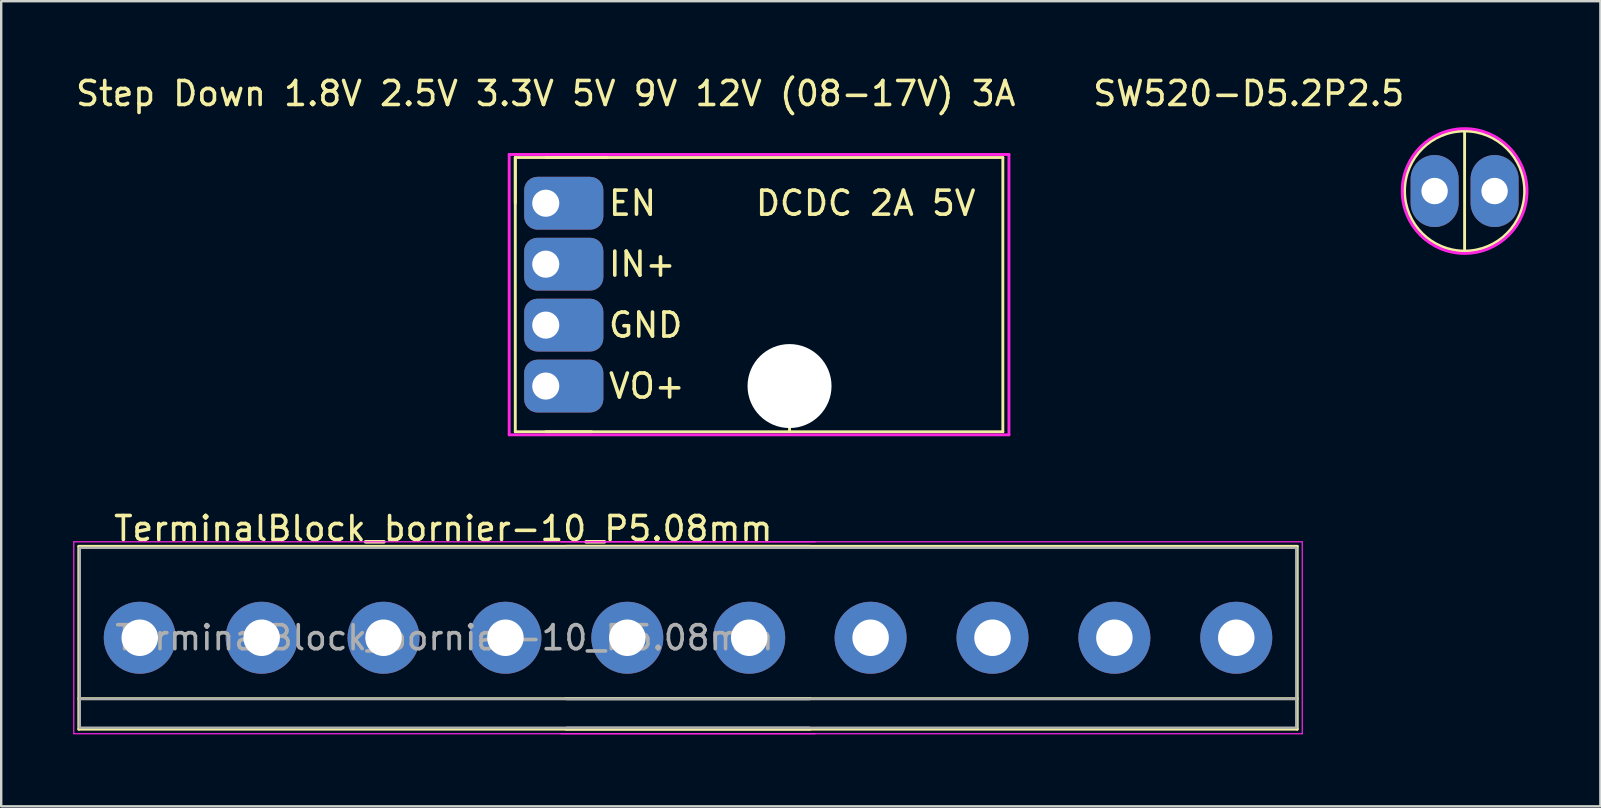
<source format=kicad_pcb>
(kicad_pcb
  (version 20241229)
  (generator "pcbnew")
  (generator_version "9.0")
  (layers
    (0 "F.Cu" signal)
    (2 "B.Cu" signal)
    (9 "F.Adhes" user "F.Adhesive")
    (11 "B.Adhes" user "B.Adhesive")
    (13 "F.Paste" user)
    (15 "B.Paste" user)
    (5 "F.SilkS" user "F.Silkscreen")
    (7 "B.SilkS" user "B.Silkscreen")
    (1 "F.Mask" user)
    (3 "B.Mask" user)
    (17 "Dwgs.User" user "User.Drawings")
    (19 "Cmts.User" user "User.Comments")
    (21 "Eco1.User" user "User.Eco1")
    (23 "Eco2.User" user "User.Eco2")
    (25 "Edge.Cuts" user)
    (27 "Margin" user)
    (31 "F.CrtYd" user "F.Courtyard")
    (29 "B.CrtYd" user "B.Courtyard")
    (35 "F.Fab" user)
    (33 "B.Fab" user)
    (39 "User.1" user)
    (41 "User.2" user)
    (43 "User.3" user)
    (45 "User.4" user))
  (footprint "TerminalBlock_bornier-10_P5.08mm"
    (layer "F.Cu")
    (at 2.775 23.53)
    (property "Reference" "TerminalBlock_bornier-10_P5.08mm" (at 12.65 -4.55 0) (layer "F.SilkS") (effects (font (size 1 1) (thickness 0.15))))
    (attr through_hole)
    (fp_line (start -2.54 -3.81) (end -2.54 3.81) (stroke (width 0.12) (type solid)) (layer "F.SilkS"))
    (fp_line (start -2.54 -3.81) (end 27.94 -3.81) (stroke (width 0.12) (type solid)) (layer "F.SilkS"))
    (fp_line (start -2.54 2.54) (end 27.94 2.54) (stroke (width 0.12) (type solid)) (layer "F.SilkS"))
    (fp_line (start -2.54 3.81) (end 27.94 3.81) (stroke (width 0.12) (type solid)) (layer "F.SilkS"))
    (fp_line (start 17.76 -3.81) (end 48.24 -3.81) (stroke (width 0.12) (type solid)) (layer "F.SilkS"))
    (fp_line (start 17.76 2.54) (end 48.24 2.54) (stroke (width 0.12) (type solid)) (layer "F.SilkS"))
    (fp_line (start 17.76 3.81) (end 48.24 3.81) (stroke (width 0.12) (type solid)) (layer "F.SilkS"))
    (fp_line (start 48.24 3.81) (end 48.24 -3.81) (stroke (width 0.12) (type solid)) (layer "F.SilkS"))
    (fp_line (start -2.75 -4) (end -2.75 4) (stroke (width 0.05) (type solid)) (layer "F.CrtYd"))
    (fp_line (start -2.75 -4) (end 28.15 -4) (stroke (width 0.05) (type solid)) (layer "F.CrtYd"))
    (fp_line (start 17.55 -4) (end 48.45 -4) (stroke (width 0.05) (type solid)) (layer "F.CrtYd"))
    (fp_line (start 28.15 4) (end -2.75 4) (stroke (width 0.05) (type solid)) (layer "F.CrtYd"))
    (fp_line (start 48.45 4) (end 17.55 4) (stroke (width 0.05) (type solid)) (layer "F.CrtYd"))
    (fp_line (start 48.45 4) (end 48.45 -4) (stroke (width 0.05) (type solid)) (layer "F.CrtYd"))
    (fp_line (start -2.5 -3.75) (end -2.5 3.75) (stroke (width 0.1) (type solid)) (layer "F.Fab"))
    (fp_line (start -2.5 2.55) (end 27.9 2.55) (stroke (width 0.1) (type solid)) (layer "F.Fab"))
    (fp_line (start -2.5 3.75) (end 27.9 3.75) (stroke (width 0.1) (type solid)) (layer "F.Fab"))
    (fp_line (start 17.8 2.55) (end 48.2 2.55) (stroke (width 0.1) (type solid)) (layer "F.Fab"))
    (fp_line (start 17.8 3.75) (end 48.2 3.75) (stroke (width 0.1) (type solid)) (layer "F.Fab"))
    (fp_line (start 27.9 -3.75) (end -2.5 -3.75) (stroke (width 0.1) (type solid)) (layer "F.Fab"))
    (fp_line (start 48.2 -3.75) (end 17.8 -3.75) (stroke (width 0.1) (type solid)) (layer "F.Fab"))
    (fp_line (start 48.2 3.75) (end 48.2 -3.75) (stroke (width 0.1) (type solid)) (layer "F.Fab"))
    (fp_text user "${REFERENCE}" (at 12.7 0 0) (layer "F.Fab") (effects (font (size 1 1) (thickness 0.15))))
    (pad "1" thru_hole circle (at 0 0) (size 3 3) (drill 1.52) (layers "*.Cu" "*.Mask"))
    (pad "2" thru_hole circle (at 5.08 0) (size 3 3) (drill 1.52) (layers "*.Cu" "*.Mask"))
    (pad "3" thru_hole circle (at 10.16 0) (size 3 3) (drill 1.52) (layers "*.Cu" "*.Mask"))
    (pad "4" thru_hole circle (at 15.24 0) (size 3 3) (drill 1.52) (layers "*.Cu" "*.Mask"))
    (pad "5" thru_hole circle (at 20.32 0) (size 3 3) (drill 1.52) (layers "*.Cu" "*.Mask"))
    (pad "6" thru_hole circle (at 25.4 0) (size 3 3) (drill 1.52) (layers "*.Cu" "*.Mask"))
    (pad "7" thru_hole circle (at 30.46 0) (size 3 3) (drill 1.52) (layers "*.Cu" "*.Mask"))
    (pad "8" thru_hole circle (at 35.54 0) (size 3 3) (drill 1.52) (layers "*.Cu" "*.Mask"))
    (pad "9" thru_hole circle (at 40.62 0) (size 3 3) (drill 1.52) (layers "*.Cu" "*.Mask"))
    (pad "10" thru_hole circle (at 45.7 0) (size 3 3) (drill 1.52) (layers "*.Cu" "*.Mask")))
  (footprint "SW520-D5.2P2.5"
    (layer "F.Cu")
    (at 56.741 4.912)
    (property "Reference" "SW520-D5.2P2.5" (at -7.747 -4.064 0) (layer "F.SilkS") (effects (font (size 1 1) (thickness 0.15))))
    (attr through_hole)
    (fp_line (start 1.25 -2.502) (end 1.25 2.502) (stroke (width 0.12) (type solid)) (layer "F.SilkS"))
    (fp_circle (center 1.25 0) (end 3.75 0.1) (stroke (width 0.12) (type solid)) (fill no) (layer "F.SilkS"))
    (fp_circle (center 1.25 0) (end 3.85 0) (stroke (width 0.12) (type solid)) (fill no) (layer "F.CrtYd"))
    (pad "1" thru_hole oval (at 0 0 180) (size 2 3) (drill 1.1) (layers "*.Cu" "*.Mask"))
    (pad "2" thru_hole oval (at 2.5 0) (size 2 3) (drill 1.1) (layers "*.Cu" "*.Mask")))
  (footprint "Step Down 1.8V 2.5V 3.3V 5V 9V 12V (08-17V) 3A"
    (layer "F.Cu")
    (at 19.696 5.42)
    (property "Reference" "Step Down 1.8V 2.5V 3.3V 5V 9V 12V (08-17V) 3A" (at 0 -4.572 0) (layer "F.SilkS") (effects (font (size 1 1) (thickness 0.15))))
    (attr through_hole)
    (fp_line (start -1.27 -1.905) (end -1.27 9.525) (stroke (width 0.12) (type solid)) (layer "F.SilkS"))
    (fp_line (start -1.27 -1.905) (end 19.05 -1.905) (stroke (width 0.12) (type solid)) (layer "F.SilkS"))
    (fp_line (start -1.27 0) (end -1.27 -1.905) (stroke (width 0.12) (type solid)) (layer "F.SilkS"))
    (fp_line (start 0 -1.905) (end 2.54 -1.905) (stroke (width 0.12) (type solid)) (layer "F.SilkS"))
    (fp_line (start 0 9.525) (end 1.905 9.525) (stroke (width 0.12) (type solid)) (layer "F.SilkS"))
    (fp_line (start 10.16 7.62) (end 10.16 9.525) (stroke (width 0.12) (type solid)) (layer "F.SilkS"))
    (fp_line (start 19.05 -1.905) (end 19.05 9.525) (stroke (width 0.12) (type solid)) (layer "F.SilkS"))
    (fp_line (start 19.05 9.525) (end -1.27 9.525) (stroke (width 0.12) (type solid)) (layer "F.SilkS"))
    (fp_line (start -1.524 -2.032) (end 19.304 -2.032) (stroke (width 0.12) (type solid)) (layer "F.CrtYd"))
    (fp_line (start -1.524 9.652) (end -1.524 -2.032) (stroke (width 0.12) (type solid)) (layer "F.CrtYd"))
    (fp_line (start 19.304 -2.032) (end 19.304 9.652) (stroke (width 0.12) (type solid)) (layer "F.CrtYd"))
    (fp_line (start 19.304 9.652) (end -1.524 9.652) (stroke (width 0.12) (type solid)) (layer "F.CrtYd"))
    (fp_text user "VO+" (at 2.54 7.62 0) (layer "F.SilkS") (effects (font (size 1 1) (thickness 0.15)) (justify left)))
    (fp_text user "IN+" (at 2.54 2.54 0) (layer "F.SilkS") (effects (font (size 1 1) (thickness 0.15)) (justify left)))
    (fp_text user "EN" (at 2.54 0 0) (layer "F.SilkS") (effects (font (size 1 1) (thickness 0.15)) (justify left)))
    (fp_text user "GND" (at 2.54 5.08 0) (layer "F.SilkS") (effects (font (size 1 1) (thickness 0.15)) (justify left)))
    (fp_text user "DCDC 2A 5V" (at 13.335 0 0) (layer "F.SilkS") (effects (font (size 1 1) (thickness 0.15))))
    (pad "" np_thru_hole circle (at 10.16 7.62) (size 3.5 3.5) (drill 3.5) (layers "*.Cu" "*.Mask"))
    (pad "1" thru_hole roundrect (at 0 7.62) (size 3.3 2.2) (drill 1.13 (offset 0.75 0)) (layers "*.Cu" "*.Mask") (roundrect_rratio 0.25))
    (pad "2" thru_hole roundrect (at 0 5.08) (size 3.3 2.2) (drill 1.13 (offset 0.75 0)) (layers "*.Cu" "*.Mask") (roundrect_rratio 0.25))
    (pad "3" thru_hole roundrect (at 0 2.54) (size 3.3 2.2) (drill 1.13 (offset 0.75 0)) (layers "*.Cu" "*.Mask") (roundrect_rratio 0.25))
    (pad "4" thru_hole roundrect (at 0 0) (size 3.3 2.2) (drill 1.13 (offset 0.75 0)) (layers "*.Cu" "*.Mask") (roundrect_rratio 0.25)))
  (gr_rect
    (start -3 -3)
    (end 63.651 30.555)
    (stroke (width 0.1) (type default))
    (fill no)
    (layer "Edge.Cuts")))
</source>
